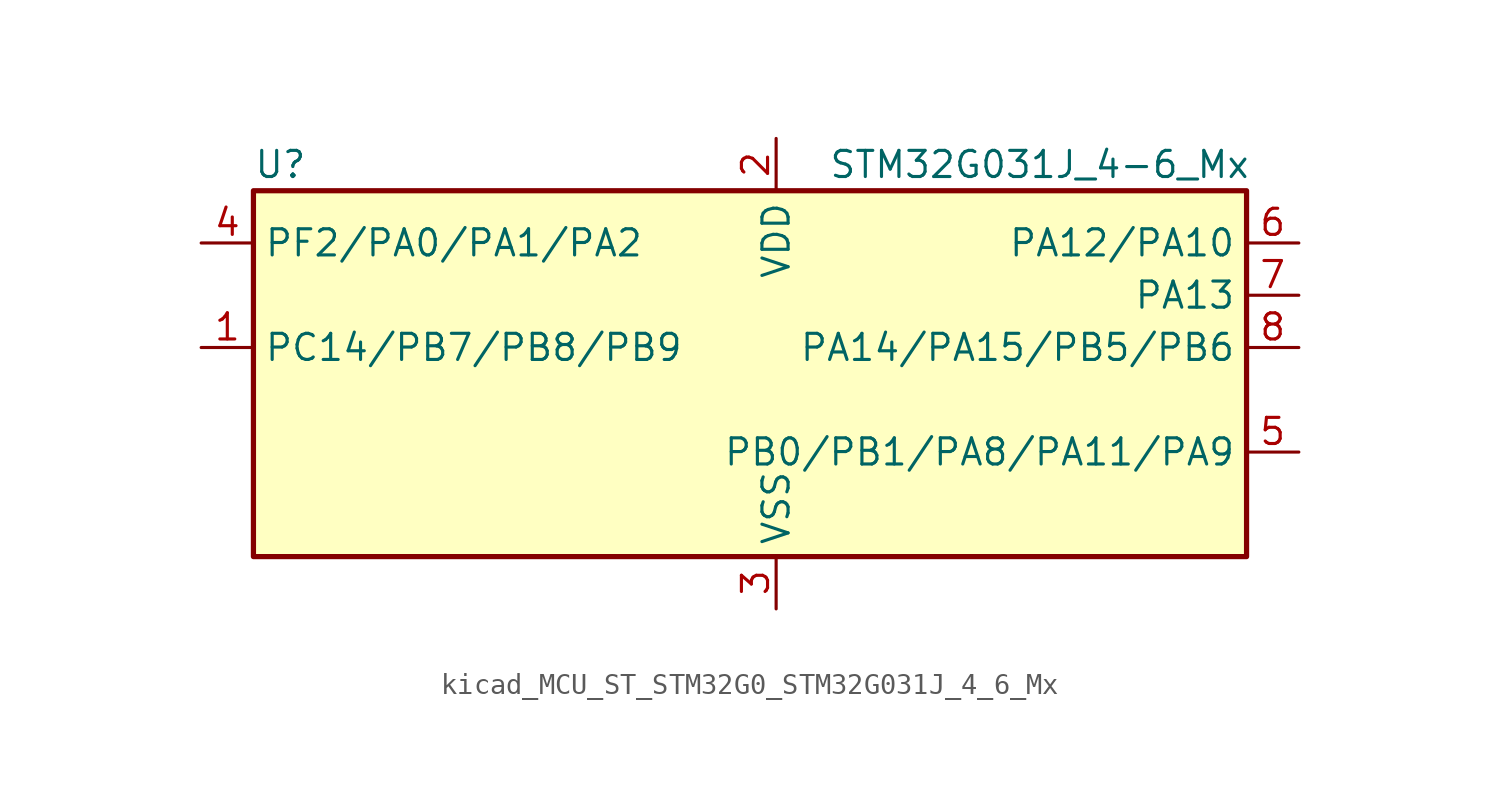
<source format=kicad_sym>
(kicad_symbol_lib
  (version 20220914)
  (generator kicad_symbol_editor)
  (symbol "kicad_MCU_ST_STM32G0_STM32G031J_4_6_Mx"
    (property "Reference" "U"
      (at -22.86 11.43 0)
      (effects (font (size 1.27 1.27)) (justify left)))
    (property "Value" "STM32G031J_4-6_Mx"
      (at 5.08 11.43 0)
      (effects (font (size 1.27 1.27)) (justify left)))
    (property "ki_locked" ""
      (at 0 0 0)
      (effects (font (size 1.27 1.27))))
    (symbol "kicad_MCU_ST_STM32G0_STM32G031J_4_6_Mx_0_1"
      (rectangle (start -22.86 -7.62) (end 25.4 10.16) (stroke (width 0.254) (type default)) (fill (type background))))
    (symbol "kicad_MCU_ST_STM32G0_STM32G031J_4_6_Mx_1_1"
      (pin bidirectional line (at -25.4 2.54 0) (length 2.54) (name "PC14/PB7/PB8/PB9" (effects (font (size 1.27 1.27)))) (number "1" (effects (font (size 1.27 1.27)))) (alternate "RCC_OSC32_IN" bidirectional line) (alternate "RCC_OSC_IN" bidirectional line) (alternate "TIM1_BK2" bidirectional line))
      (pin power_in line (at 2.54 12.7 270) (length 2.54) (name "VDD" (effects (font (size 1.27 1.27)))) (number "2" (effects (font (size 1.27 1.27)))))
      (pin power_in line (at 2.54 -10.16 90) (length 2.54) (name "VSS" (effects (font (size 1.27 1.27)))) (number "3" (effects (font (size 1.27 1.27)))))
      (pin bidirectional line (at -25.4 7.62 0) (length 2.54) (name "PF2/PA0/PA1/PA2" (effects (font (size 1.27 1.27)))) (number "4" (effects (font (size 1.27 1.27)))) (alternate "RCC_MCO" bidirectional line))
      (pin bidirectional line (at 27.94 -2.54 180) (length 2.54) (name "PB0/PB1/PA8/PA11/PA9" (effects (font (size 1.27 1.27)))) (number "5" (effects (font (size 1.27 1.27)))) (alternate "ADC1_IN8" bidirectional line) (alternate "I2S1_WS" bidirectional line) (alternate "LPTIM1_OUT" bidirectional line) (alternate "SPI1_NSS" bidirectional line) (alternate "TIM1_CH2N" bidirectional line) (alternate "TIM3_CH3" bidirectional line))
      (pin bidirectional line (at 27.94 7.62 180) (length 2.54) (name "PA12/PA10" (effects (font (size 1.27 1.27)))) (number "6" (effects (font (size 1.27 1.27)))) (alternate "ADC1_IN16" bidirectional line) (alternate "I2C2_SDA" bidirectional line) (alternate "I2S1_SD" bidirectional line) (alternate "I2S_CKIN" bidirectional line) (alternate "SPI1_MOSI" bidirectional line) (alternate "TIM1_ETR" bidirectional line) (alternate "USART1_CK" bidirectional line) (alternate "USART1_DE" bidirectional line) (alternate "USART1_RTS" bidirectional line))
      (pin bidirectional line (at 27.94 5.08 180) (length 2.54) (name "PA13" (effects (font (size 1.27 1.27)))) (number "7" (effects (font (size 1.27 1.27)))) (alternate "ADC1_IN17" bidirectional line) (alternate "IR_OUT" bidirectional line) (alternate "SYS_SWDIO" bidirectional line))
      (pin bidirectional line (at 27.94 2.54 180) (length 2.54) (name "PA14/PA15/PB5/PB6" (effects (font (size 1.27 1.27)))) (number "8" (effects (font (size 1.27 1.27)))) (alternate "ADC1_IN18" bidirectional line) (alternate "SYS_SWCLK" bidirectional line) (alternate "USART2_TX" bidirectional line)))))
</source>
